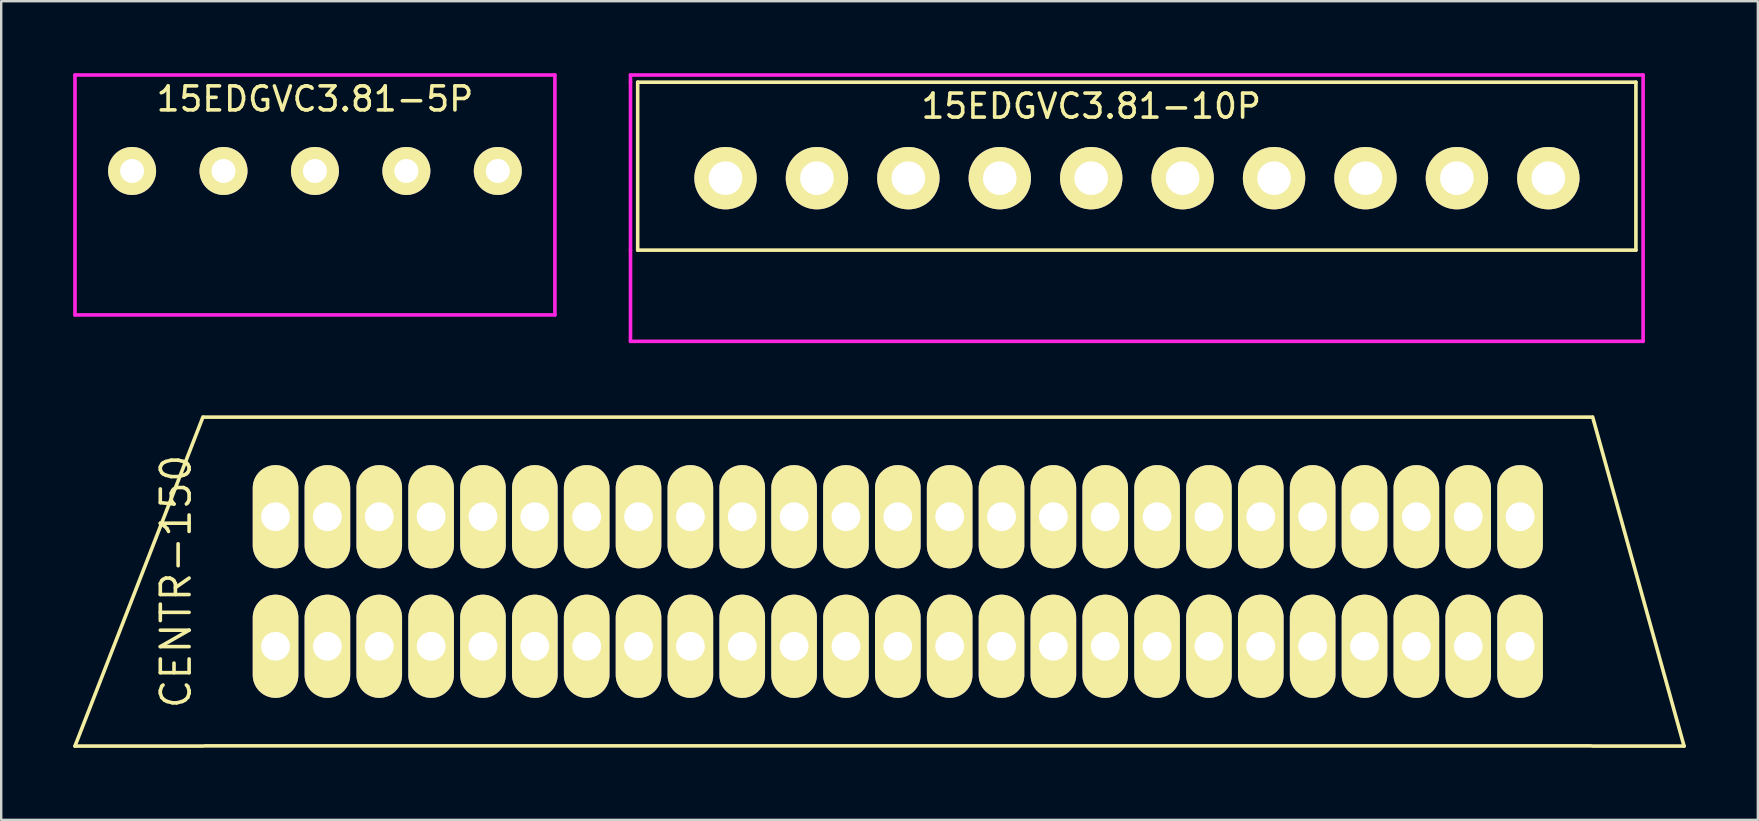
<source format=kicad_pcb>
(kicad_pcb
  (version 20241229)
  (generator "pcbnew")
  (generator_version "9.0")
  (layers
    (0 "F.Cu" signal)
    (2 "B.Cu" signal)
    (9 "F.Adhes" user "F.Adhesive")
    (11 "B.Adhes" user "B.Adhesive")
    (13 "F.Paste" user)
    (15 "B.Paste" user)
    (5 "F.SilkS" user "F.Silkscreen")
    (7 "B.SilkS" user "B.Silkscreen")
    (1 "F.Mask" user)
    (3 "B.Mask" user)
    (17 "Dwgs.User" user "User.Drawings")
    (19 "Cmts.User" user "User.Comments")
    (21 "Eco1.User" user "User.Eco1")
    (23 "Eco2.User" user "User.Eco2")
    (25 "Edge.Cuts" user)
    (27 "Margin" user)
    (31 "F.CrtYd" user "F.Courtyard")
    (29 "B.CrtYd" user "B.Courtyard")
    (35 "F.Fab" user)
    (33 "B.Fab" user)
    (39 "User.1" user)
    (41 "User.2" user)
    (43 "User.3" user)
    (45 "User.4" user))
  (footprint "15EDGVC3.81-10P"
    (layer "F.Cu")
    (at 42.425 4.375)
    (property "Reference" "15EDGVC3.81-10P" (at 0 -3 0) (layer "F.SilkS") (effects (font (size 1 1) (thickness 0.15))))
    (attr through_hole)
    (fp_line (start -18.9 -4) (end -18.9 3) (stroke (width 0.15) (type solid)) (layer "F.SilkS"))
    (fp_line (start -18.9 3) (end 22.7 3) (stroke (width 0.15) (type solid)) (layer "F.SilkS"))
    (fp_line (start 22.7 -4) (end -18.9 -4) (stroke (width 0.15) (type solid)) (layer "F.SilkS"))
    (fp_line (start 22.7 -4) (end 22.7 3) (stroke (width 0.15) (type solid)) (layer "F.SilkS"))
    (fp_line (start -19.2 -4.3) (end 23 -4.3) (stroke (width 0.15) (type solid)) (layer "F.CrtYd"))
    (fp_line (start -19.2 -4) (end -19.2 -4.3) (stroke (width 0.15) (type solid)) (layer "F.CrtYd"))
    (fp_line (start -19.2 3) (end -19.2 -4) (stroke (width 0.15) (type solid)) (layer "F.CrtYd"))
    (fp_line (start -19.2 3) (end -19.2 6.8) (stroke (width 0.15) (type solid)) (layer "F.CrtYd"))
    (fp_line (start 23 -4.3) (end 23 6.8) (stroke (width 0.15) (type solid)) (layer "F.CrtYd"))
    (fp_line (start 23 6.8) (end -19.2 6.8) (stroke (width 0.15) (type solid)) (layer "F.CrtYd"))
    (pad "1" thru_hole circle (at -15.24 0) (size 2.6 2.6) (drill 1.4) (layers "*.Cu" "*.Mask" "F.SilkS"))
    (pad "2" thru_hole circle (at -11.43 0) (size 2.6 2.6) (drill 1.4) (layers "*.Cu" "*.Mask" "F.SilkS"))
    (pad "3" thru_hole circle (at -7.62 0) (size 2.6 2.6) (drill 1.4) (layers "*.Cu" "*.Mask" "F.SilkS"))
    (pad "4" thru_hole circle (at -3.81 0) (size 2.6 2.6) (drill 1.4) (layers "*.Cu" "*.Mask" "F.SilkS"))
    (pad "5" thru_hole circle (at 0 0) (size 2.6 2.6) (drill 1.4) (layers "*.Cu" "*.Mask" "F.SilkS"))
    (pad "6" thru_hole circle (at 3.81 0) (size 2.6 2.6) (drill 1.4) (layers "*.Cu" "*.Mask" "F.SilkS"))
    (pad "7" thru_hole circle (at 7.62 0) (size 2.6 2.6) (drill 1.4) (layers "*.Cu" "*.Mask" "F.SilkS"))
    (pad "8" thru_hole circle (at 11.43 0) (size 2.6 2.6) (drill 1.4) (layers "*.Cu" "*.Mask" "F.SilkS"))
    (pad "9" thru_hole circle (at 15.24 0) (size 2.6 2.6) (drill 1.4) (layers "*.Cu" "*.Mask" "F.SilkS"))
    (pad "10" thru_hole circle (at 19.05 0) (size 2.6 2.6) (drill 1.4) (layers "*.Cu" "*.Mask" "F.SilkS")))
  (footprint "CENTR-150"
    (layer "F.Cu")
    (at 34.365 21.183)
    (property "Reference" "CENTR-150" (at -30.082 0 90) (layer "F.SilkS") (effects (font (size 1.2 1.2) (thickness 0.15))))
    (attr through_hole)
    (fp_line (start -34.29 6.858) (end -28.956 6.858) (stroke (width 0.15) (type solid)) (layer "F.SilkS"))
    (fp_line (start -28.956 -6.858) (end -34.29 6.858) (stroke (width 0.15) (type solid)) (layer "F.SilkS"))
    (fp_line (start -28.882 6.85) (end 28.882 6.85) (stroke (width 0.15) (type solid)) (layer "F.SilkS"))
    (fp_line (start 28.882 -6.85) (end -28.882 -6.85) (stroke (width 0.15) (type solid)) (layer "F.SilkS"))
    (fp_line (start 28.956 -6.858) (end 32.766 6.858) (stroke (width 0.15) (type solid)) (layer "F.SilkS"))
    (fp_line (start 32.766 6.858) (end 28.956 6.858) (stroke (width 0.15) (type solid)) (layer "F.SilkS"))
    (pad "1" thru_hole oval (at -25.932 2.7) (size 1.9 4.3) (drill 1.2) (layers "*.Cu" "*.Mask" "F.SilkS"))
    (pad "2" thru_hole oval (at -23.771 2.7) (size 1.9 4.3) (drill 1.2) (layers "*.Cu" "*.Mask" "F.SilkS"))
    (pad "3" thru_hole oval (at -21.61 2.7) (size 1.9 4.3) (drill 1.2) (layers "*.Cu" "*.Mask" "F.SilkS"))
    (pad "4" thru_hole oval (at -19.449 2.7) (size 1.9 4.3) (drill 1.2) (layers "*.Cu" "*.Mask" "F.SilkS"))
    (pad "5" thru_hole oval (at -17.288 2.7) (size 1.9 4.3) (drill 1.2) (layers "*.Cu" "*.Mask" "F.SilkS"))
    (pad "6" thru_hole oval (at -15.127 2.7) (size 1.9 4.3) (drill 1.2) (layers "*.Cu" "*.Mask" "F.SilkS"))
    (pad "7" thru_hole oval (at -12.966 2.7) (size 1.9 4.3) (drill 1.2) (layers "*.Cu" "*.Mask" "F.SilkS"))
    (pad "8" thru_hole oval (at -10.805 2.7) (size 1.9 4.3) (drill 1.2) (layers "*.Cu" "*.Mask" "F.SilkS"))
    (pad "9" thru_hole oval (at -8.644 2.7) (size 1.9 4.3) (drill 1.2) (layers "*.Cu" "*.Mask" "F.SilkS"))
    (pad "10" thru_hole oval (at -6.483 2.7) (size 1.9 4.3) (drill 1.2) (layers "*.Cu" "*.Mask" "F.SilkS"))
    (pad "11" thru_hole oval (at -4.322 2.7) (size 1.9 4.3) (drill 1.2) (layers "*.Cu" "*.Mask" "F.SilkS"))
    (pad "12" thru_hole oval (at -2.161 2.7) (size 1.9 4.3) (drill 1.2) (layers "*.Cu" "*.Mask" "F.SilkS"))
    (pad "13" thru_hole oval (at 0 2.7) (size 1.9 4.3) (drill 1.2) (layers "*.Cu" "*.Mask" "F.SilkS"))
    (pad "14" thru_hole oval (at 2.161 2.7) (size 1.9 4.3) (drill 1.2) (layers "*.Cu" "*.Mask" "F.SilkS"))
    (pad "15" thru_hole oval (at 4.322 2.7) (size 1.9 4.3) (drill 1.2) (layers "*.Cu" "*.Mask" "F.SilkS"))
    (pad "16" thru_hole oval (at 6.483 2.7) (size 1.9 4.3) (drill 1.2) (layers "*.Cu" "*.Mask" "F.SilkS"))
    (pad "17" thru_hole oval (at 8.644 2.7) (size 1.9 4.3) (drill 1.2) (layers "*.Cu" "*.Mask" "F.SilkS"))
    (pad "18" thru_hole oval (at 10.805 2.7) (size 1.9 4.3) (drill 1.2) (layers "*.Cu" "*.Mask" "F.SilkS"))
    (pad "19" thru_hole oval (at 12.966 2.7) (size 1.9 4.3) (drill 1.2) (layers "*.Cu" "*.Mask" "F.SilkS"))
    (pad "20" thru_hole oval (at 15.127 2.7) (size 1.9 4.3) (drill 1.2) (layers "*.Cu" "*.Mask" "F.SilkS"))
    (pad "21" thru_hole oval (at 17.288 2.7) (size 1.9 4.3) (drill 1.2) (layers "*.Cu" "*.Mask" "F.SilkS"))
    (pad "22" thru_hole oval (at 19.449 2.7) (size 1.9 4.3) (drill 1.2) (layers "*.Cu" "*.Mask" "F.SilkS"))
    (pad "23" thru_hole oval (at 21.61 2.7) (size 1.9 4.3) (drill 1.2) (layers "*.Cu" "*.Mask" "F.SilkS"))
    (pad "24" thru_hole oval (at 23.771 2.7) (size 1.9 4.3) (drill 1.2) (layers "*.Cu" "*.Mask" "F.SilkS"))
    (pad "25" thru_hole oval (at 25.932 2.7) (size 1.9 4.3) (drill 1.2) (layers "*.Cu" "*.Mask" "F.SilkS"))
    (pad "26" thru_hole oval (at -25.932 -2.7) (size 1.9 4.3) (drill 1.2) (layers "*.Cu" "*.Mask" "F.SilkS"))
    (pad "27" thru_hole oval (at -23.771 -2.7) (size 1.9 4.3) (drill 1.2) (layers "*.Cu" "*.Mask" "F.SilkS"))
    (pad "28" thru_hole oval (at -21.61 -2.7) (size 1.9 4.3) (drill 1.2) (layers "*.Cu" "*.Mask" "F.SilkS"))
    (pad "29" thru_hole oval (at -19.449 -2.7) (size 1.9 4.3) (drill 1.2) (layers "*.Cu" "*.Mask" "F.SilkS"))
    (pad "30" thru_hole oval (at -17.288 -2.7) (size 1.9 4.3) (drill 1.2) (layers "*.Cu" "*.Mask" "F.SilkS"))
    (pad "31" thru_hole oval (at -15.127 -2.7) (size 1.9 4.3) (drill 1.2) (layers "*.Cu" "*.Mask" "F.SilkS"))
    (pad "32" thru_hole oval (at -12.966 -2.7) (size 1.9 4.3) (drill 1.2) (layers "*.Cu" "*.Mask" "F.SilkS"))
    (pad "33" thru_hole oval (at -10.805 -2.7) (size 1.9 4.3) (drill 1.2) (layers "*.Cu" "*.Mask" "F.SilkS"))
    (pad "34" thru_hole oval (at -8.644 -2.7) (size 1.9 4.3) (drill 1.2) (layers "*.Cu" "*.Mask" "F.SilkS"))
    (pad "35" thru_hole oval (at -6.483 -2.7) (size 1.9 4.3) (drill 1.2) (layers "*.Cu" "*.Mask" "F.SilkS"))
    (pad "36" thru_hole oval (at -4.322 -2.7) (size 1.9 4.3) (drill 1.2) (layers "*.Cu" "*.Mask" "F.SilkS"))
    (pad "37" thru_hole oval (at -2.161 -2.7) (size 1.9 4.3) (drill 1.2) (layers "*.Cu" "*.Mask" "F.SilkS"))
    (pad "38" thru_hole oval (at 0 -2.7) (size 1.9 4.3) (drill 1.2) (layers "*.Cu" "*.Mask" "F.SilkS"))
    (pad "39" thru_hole oval (at 2.161 -2.7) (size 1.9 4.3) (drill 1.2) (layers "*.Cu" "*.Mask" "F.SilkS"))
    (pad "40" thru_hole oval (at 4.322 -2.7) (size 1.9 4.3) (drill 1.2) (layers "*.Cu" "*.Mask" "F.SilkS"))
    (pad "41" thru_hole oval (at 6.483 -2.7) (size 1.9 4.3) (drill 1.2) (layers "*.Cu" "*.Mask" "F.SilkS"))
    (pad "42" thru_hole oval (at 8.644 -2.7) (size 1.9 4.3) (drill 1.2) (layers "*.Cu" "*.Mask" "F.SilkS"))
    (pad "43" thru_hole oval (at 10.805 -2.7) (size 1.9 4.3) (drill 1.2) (layers "*.Cu" "*.Mask" "F.SilkS"))
    (pad "44" thru_hole oval (at 12.966 -2.7) (size 1.9 4.3) (drill 1.2) (layers "*.Cu" "*.Mask" "F.SilkS"))
    (pad "45" thru_hole oval (at 15.127 -2.7) (size 1.9 4.3) (drill 1.2) (layers "*.Cu" "*.Mask" "F.SilkS"))
    (pad "46" thru_hole oval (at 17.288 -2.7) (size 1.9 4.3) (drill 1.2) (layers "*.Cu" "*.Mask" "F.SilkS"))
    (pad "47" thru_hole oval (at 19.449 -2.7) (size 1.9 4.3) (drill 1.2) (layers "*.Cu" "*.Mask" "F.SilkS"))
    (pad "48" thru_hole oval (at 21.61 -2.7) (size 1.9 4.3) (drill 1.2) (layers "*.Cu" "*.Mask" "F.SilkS"))
    (pad "49" thru_hole oval (at 23.771 -2.7) (size 1.9 4.3) (drill 1.2) (layers "*.Cu" "*.Mask" "F.SilkS"))
    (pad "50" thru_hole oval (at 25.932 -2.7) (size 1.9 4.3) (drill 1.2) (layers "*.Cu" "*.Mask" "F.SilkS")))
  (footprint "15EDGVC3.81-5P"
    (layer "F.Cu")
    (at 10.075 4.075)
    (property "Reference" "15EDGVC3.81-5P" (at 0 -3 0) (layer "F.SilkS") (effects (font (size 1 1) (thickness 0.15))))
    (attr through_hole)
    (fp_line (start -10 -4) (end 10 -4) (stroke (width 0.15) (type solid)) (layer "B.Paste"))
    (fp_line (start -10 3) (end -10 -4) (stroke (width 0.15) (type solid)) (layer "B.Paste"))
    (fp_line (start 10 -4) (end 10 3) (stroke (width 0.15) (type solid)) (layer "B.Paste"))
    (fp_line (start 10 3) (end -10 3) (stroke (width 0.15) (type solid)) (layer "B.Paste"))
    (fp_line (start 10 3) (end 10 -4) (stroke (width 0.15) (type solid)) (layer "B.Paste"))
    (fp_line (start -10 -4) (end -10 6) (stroke (width 0.15) (type solid)) (layer "F.CrtYd"))
    (fp_line (start -10 6) (end 10 6) (stroke (width 0.15) (type solid)) (layer "F.CrtYd"))
    (fp_line (start 10 -4) (end -10 -4) (stroke (width 0.15) (type solid)) (layer "F.CrtYd"))
    (fp_line (start 10 -4) (end 10 6) (stroke (width 0.15) (type solid)) (layer "F.CrtYd"))
    (pad "1" thru_hole circle (at -7.62 0) (size 2 2) (drill 1) (layers "*.Cu" "*.Mask" "F.SilkS"))
    (pad "2" thru_hole circle (at -3.81 0) (size 2 2) (drill 1) (layers "*.Cu" "*.Mask" "F.SilkS"))
    (pad "3" thru_hole circle (at 0 0) (size 2 2) (drill 1) (layers "*.Cu" "*.Mask" "F.SilkS"))
    (pad "4" thru_hole circle (at 3.81 0) (size 2 2) (drill 1) (layers "*.Cu" "*.Mask" "F.SilkS"))
    (pad "5" thru_hole circle (at 7.62 0) (size 2 2) (drill 1) (layers "*.Cu" "*.Mask" "F.SilkS")))
  (gr_rect
    (start -3 -3)
    (end 70.206 31.116)
    (stroke (width 0.1) (type default))
    (fill no)
    (layer "Edge.Cuts")))
</source>
